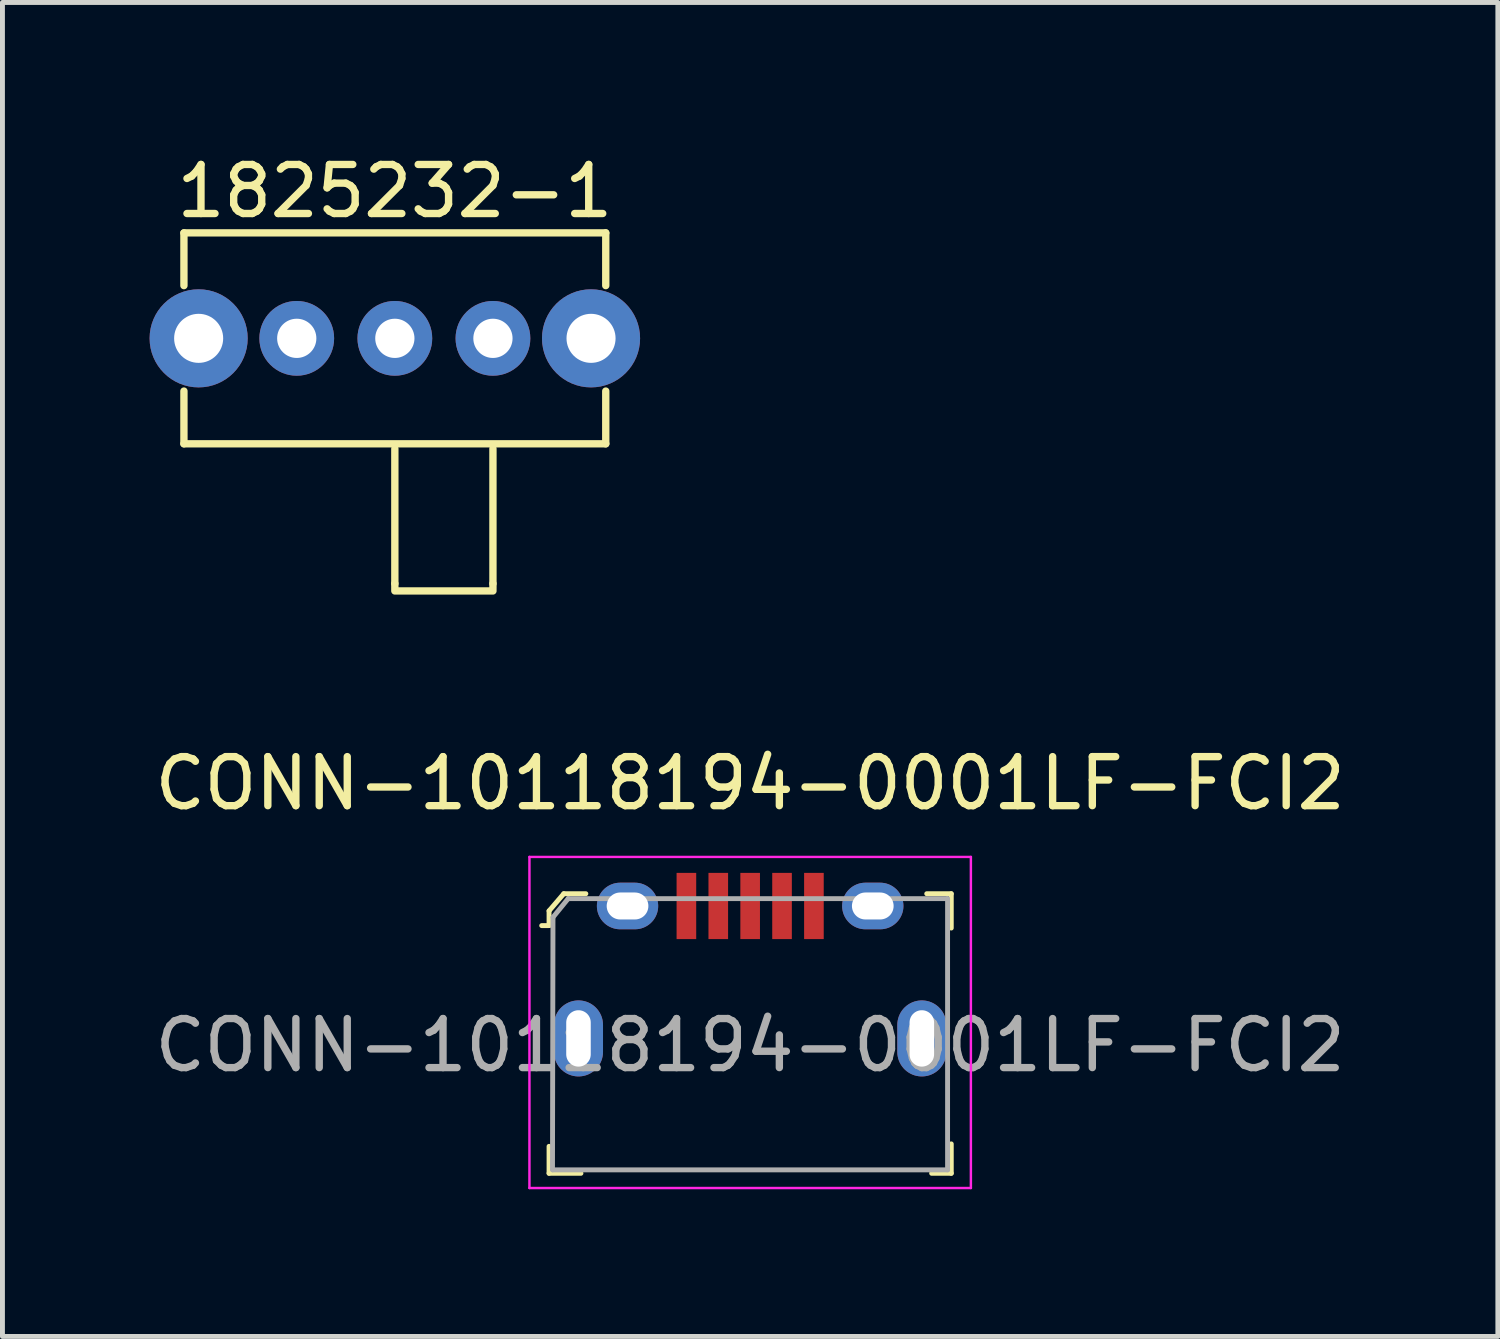
<source format=kicad_pcb>
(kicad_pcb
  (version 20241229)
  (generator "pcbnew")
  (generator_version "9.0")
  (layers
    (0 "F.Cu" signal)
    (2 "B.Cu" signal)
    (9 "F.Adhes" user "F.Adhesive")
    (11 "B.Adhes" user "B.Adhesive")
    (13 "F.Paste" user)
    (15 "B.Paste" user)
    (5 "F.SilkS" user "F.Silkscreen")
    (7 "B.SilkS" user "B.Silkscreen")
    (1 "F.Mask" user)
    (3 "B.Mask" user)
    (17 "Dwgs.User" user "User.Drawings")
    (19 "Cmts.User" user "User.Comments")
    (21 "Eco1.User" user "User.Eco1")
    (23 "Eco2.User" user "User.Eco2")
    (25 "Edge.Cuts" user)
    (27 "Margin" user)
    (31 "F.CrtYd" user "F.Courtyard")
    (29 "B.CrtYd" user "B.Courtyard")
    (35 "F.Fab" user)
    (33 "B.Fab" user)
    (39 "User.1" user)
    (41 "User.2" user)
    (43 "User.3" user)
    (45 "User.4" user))
  (footprint "1825232-1"
    (layer "F.Cu")
    (at 5 3.848)
    (property "Reference" "1825232-1" (at 0 -3 0) (layer "F.SilkS") (effects (font (size 1 1) (thickness 0.15))))
    (attr through_hole)
    (fp_line (start -4.3 -2.15) (end -4.3 -1.075) (stroke (width 0.15) (type solid)) (layer "F.SilkS"))
    (fp_line (start -4.3 1.075) (end -4.3 2.15) (stroke (width 0.15) (type solid)) (layer "F.SilkS"))
    (fp_line (start -4.3 2.15) (end 4.3 2.15) (stroke (width 0.15) (type solid)) (layer "F.SilkS"))
    (fp_line (start 0 5) (end 0 2.25) (stroke (width 0.15) (type solid)) (layer "F.SilkS"))
    (fp_line (start 0 5) (end 0 5.1) (stroke (width 0.15) (type solid)) (layer "F.SilkS"))
    (fp_line (start 0 5.15) (end 2 5.15) (stroke (width 0.15) (type solid)) (layer "F.SilkS"))
    (fp_line (start 2 5) (end 2 2.25) (stroke (width 0.15) (type solid)) (layer "F.SilkS"))
    (fp_line (start 2 5) (end 2 5.1) (stroke (width 0.15) (type solid)) (layer "F.SilkS"))
    (fp_line (start 4.3 -2.15) (end -4.3 -2.15) (stroke (width 0.15) (type solid)) (layer "F.SilkS"))
    (fp_line (start 4.3 -2.15) (end 4.3 -1.075) (stroke (width 0.15) (type solid)) (layer "F.SilkS"))
    (fp_line (start 4.3 1.075) (end 4.3 2.15) (stroke (width 0.15) (type solid)) (layer "F.SilkS"))
    (pad "" thru_hole circle (at -4 0) (size 2 2) (drill 1) (layers "*.Cu" "*.Mask"))
    (pad "" thru_hole circle (at 4 0) (size 2 2) (drill 1) (layers "*.Cu" "*.Mask"))
    (pad "1" thru_hole circle (at -2 0) (size 1.524 1.524) (drill 0.8) (layers "*.Cu" "*.Mask"))
    (pad "2" thru_hole circle (at 0 0) (size 1.524 1.524) (drill 0.8) (layers "*.Cu" "*.Mask"))
    (pad "3" thru_hole circle (at 2 0) (size 1.524 1.524) (drill 0.8) (layers "*.Cu" "*.Mask")))
  (footprint "CONN-10118194-0001LF-FCI2"
    (layer "F.Cu")
    (at 12.244 15.421)
    (property "Reference" "CONN-10118194-0001LF-FCI2" (at 0 -2.5 0) (layer "F.SilkS") (effects (font (size 1 1) (thickness 0.15))))
    (attr through_hole)
    (fp_line (start -4.1 0.1) (end -4.1 0.4) (stroke (width 0.1) (type solid)) (layer "F.SilkS"))
    (fp_line (start -4.1 0.4) (end -4.25 0.4) (stroke (width 0.1) (type solid)) (layer "F.SilkS"))
    (fp_line (start -4.1 4.9) (end -4.1 5.45) (stroke (width 0.1) (type solid)) (layer "F.SilkS"))
    (fp_line (start -4.1 5.45) (end -3.45 5.45) (stroke (width 0.1) (type solid)) (layer "F.SilkS"))
    (fp_line (start -3.8 -0.25) (end -4.1 0.1) (stroke (width 0.1) (type solid)) (layer "F.SilkS"))
    (fp_line (start -3.35 -0.25) (end -3.8 -0.25) (stroke (width 0.1) (type solid)) (layer "F.SilkS"))
    (fp_line (start 3.6 -0.25) (end 4.1 -0.25) (stroke (width 0.1) (type solid)) (layer "F.SilkS"))
    (fp_line (start 4.1 -0.25) (end 4.1 0.45) (stroke (width 0.1) (type solid)) (layer "F.SilkS"))
    (fp_line (start 4.1 4.85) (end 4.1 5.45) (stroke (width 0.1) (type solid)) (layer "F.SilkS"))
    (fp_line (start 4.1 5.45) (end 3.7 5.45) (stroke (width 0.1) (type solid)) (layer "F.SilkS"))
    (fp_line (start -4.5 -1) (end 4.5 -1) (stroke (width 0.05) (type solid)) (layer "F.CrtYd"))
    (fp_line (start -4.5 5.75) (end -4.5 -1) (stroke (width 0.05) (type solid)) (layer "F.CrtYd"))
    (fp_line (start -4.5 5.75) (end 4.5 5.75) (stroke (width 0.05) (type solid)) (layer "F.CrtYd"))
    (fp_line (start 4.5 5.75) (end 4.5 -1) (stroke (width 0.05) (type solid)) (layer "F.CrtYd"))
    (fp_line (start -4.03 5.38) (end -4.02 0.23) (stroke (width 0.1) (type solid)) (layer "F.Fab"))
    (fp_line (start -4.025 5.38) (end 4.025 5.38) (stroke (width 0.1) (type solid)) (layer "F.Fab"))
    (fp_line (start -4.02 0.23) (end -3.71 -0.15) (stroke (width 0.1) (type solid)) (layer "F.Fab"))
    (fp_line (start 4.02 -0.15) (end -3.71 -0.15) (stroke (width 0.1) (type solid)) (layer "F.Fab"))
    (fp_line (start 4.025 5.38) (end 4.025 -0.15) (stroke (width 0.1) (type solid)) (layer "F.Fab"))
    (fp_text user "${REFERENCE}" (at 0 2.84 0) (layer "F.Fab") (effects (font (size 1 1) (thickness 0.15))))
    (pad "1" smd rect (at -1.3 0) (size 0.4 1.35) (layers "F.Cu" "F.Mask" "F.Paste"))
    (pad "2" smd rect (at -0.65 0) (size 0.4 1.35) (layers "F.Cu" "F.Mask" "F.Paste"))
    (pad "3" smd rect (at 0 0) (size 0.4 1.35) (layers "F.Cu" "F.Mask" "F.Paste"))
    (pad "4" smd rect (at 0.65 0) (size 0.4 1.35) (layers "F.Cu" "F.Mask" "F.Paste"))
    (pad "5" smd rect (at 1.3 0) (size 0.4 1.35) (layers "F.Cu" "F.Mask" "F.Paste"))
    (pad "SH" thru_hole oval (at -3.5 2.7) (size 1 1.55) (drill oval 0.5 1.15) (layers "*.Cu" "*.Mask"))
    (pad "SH" thru_hole oval (at -2.5 0) (size 1.25 0.95) (drill oval 0.85 0.55) (layers "*.Cu" "*.Mask"))
    (pad "SH" thru_hole oval (at 2.5 0) (size 1.25 0.95) (drill oval 0.85 0.55) (layers "*.Cu" "*.Mask"))
    (pad "SH" thru_hole oval (at 3.5 2.7) (size 1 1.55) (drill oval 0.5 1.15) (layers "*.Cu" "*.Mask")))
  (gr_rect
    (start -3 -3)
    (end 27.488 24.197)
    (stroke (width 0.1) (type default))
    (fill no)
    (layer "Edge.Cuts")))
</source>
